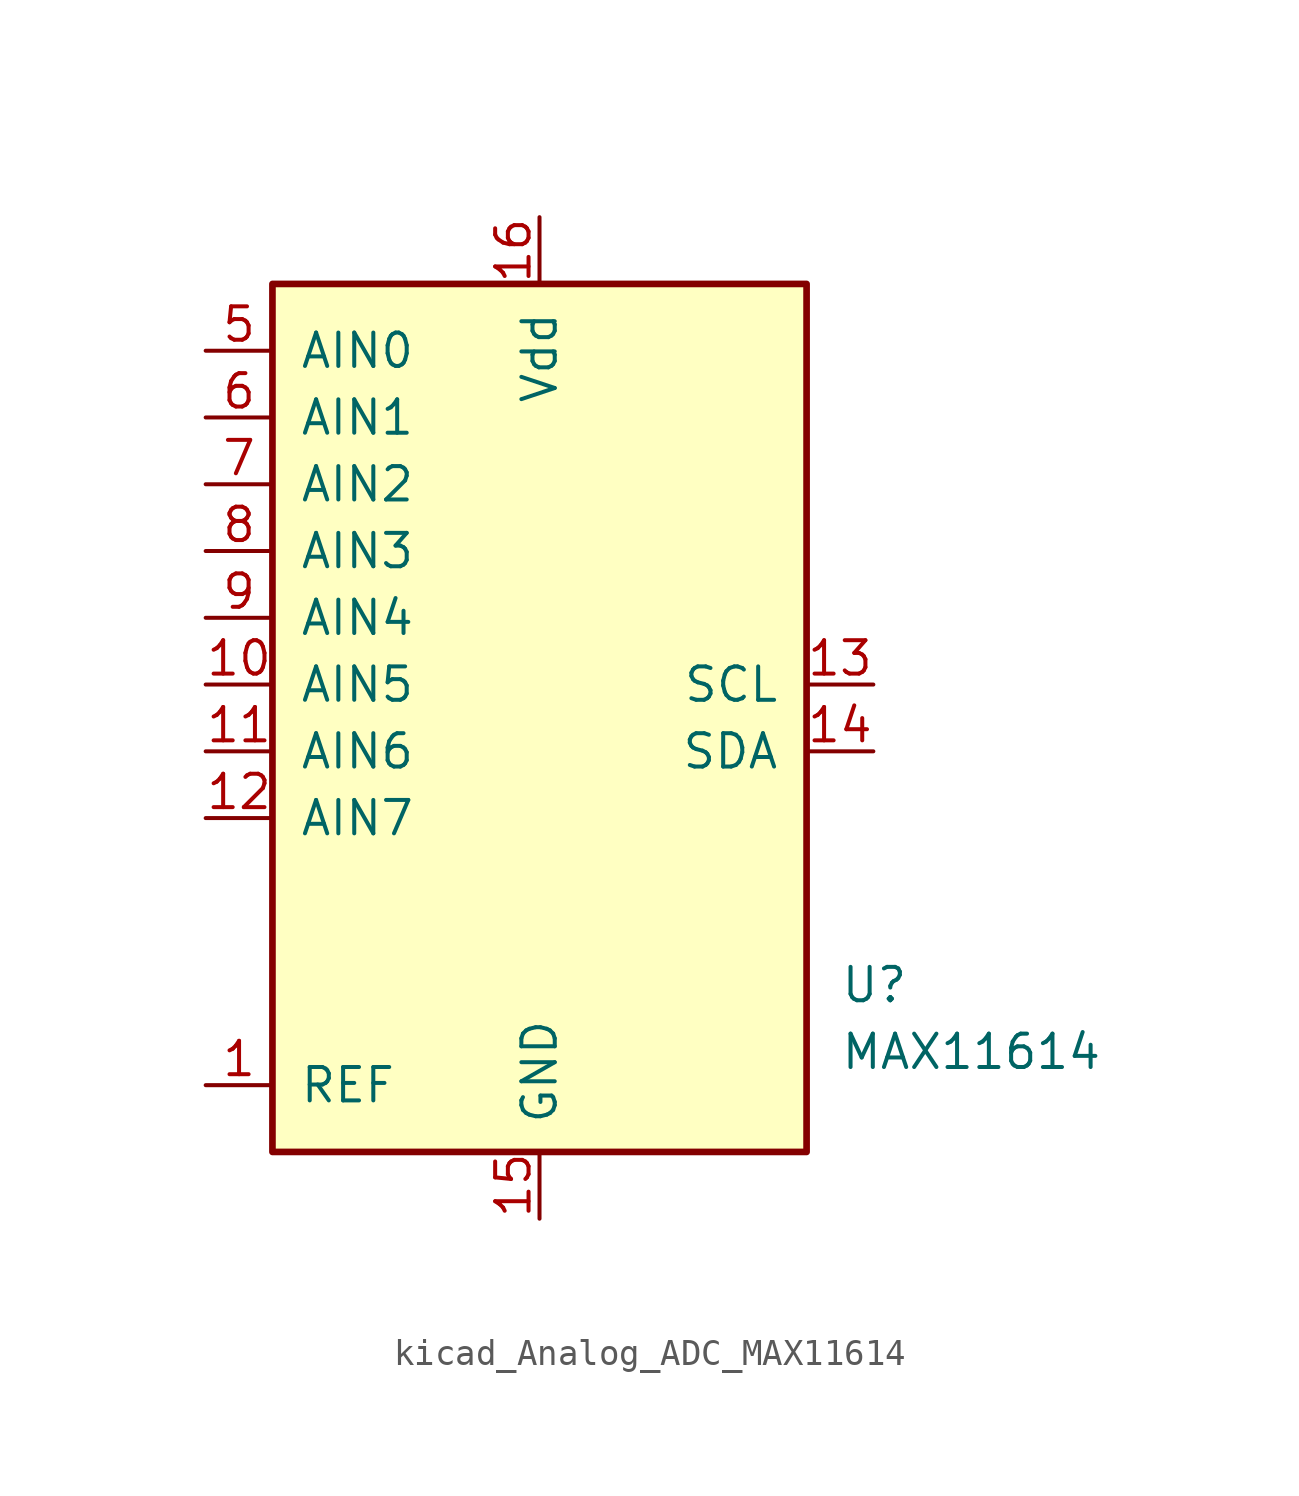
<source format=kicad_sym>
(kicad_symbol_lib
  (version 20220914)
  (generator kicad_symbol_editor)
  (symbol "kicad_Analog_ADC_MAX11614"
    (pin_names
      (offset 1.016))
    (property "Reference" "U"
      (at 11.43 -11.43 0)
      (effects (font (size 1.27 1.27)) (justify left)))
    (property "Value" "MAX11614"
      (at 11.43 -13.97 0)
      (effects (font (size 1.27 1.27)) (justify left)))
    (symbol "kicad_Analog_ADC_MAX11614_0_1"
      (rectangle (start -10.16 15.24) (end 10.16 -17.78) (stroke (width 0.254) (type default)) (fill (type background))))
    (symbol "kicad_Analog_ADC_MAX11614_1_1"
      (pin input line (at -12.7 -15.24 0) (length 2.54) (name "REF" (effects (font (size 1.27 1.27)))) (number "1" (effects (font (size 1.27 1.27)))))
      (pin input line (at -12.7 0 0) (length 2.54) (name "AIN5" (effects (font (size 1.27 1.27)))) (number "10" (effects (font (size 1.27 1.27)))))
      (pin input line (at -12.7 -2.54 0) (length 2.54) (name "AIN6" (effects (font (size 1.27 1.27)))) (number "11" (effects (font (size 1.27 1.27)))))
      (pin input line (at -12.7 -5.08 0) (length 2.54) (name "AIN7" (effects (font (size 1.27 1.27)))) (number "12" (effects (font (size 1.27 1.27)))))
      (pin input line (at 12.7 0 180) (length 2.54) (name "SCL" (effects (font (size 1.27 1.27)))) (number "13" (effects (font (size 1.27 1.27)))))
      (pin bidirectional line (at 12.7 -2.54 180) (length 2.54) (name "SDA" (effects (font (size 1.27 1.27)))) (number "14" (effects (font (size 1.27 1.27)))))
      (pin power_in line (at 0 -20.32 90) (length 2.54) (name "GND" (effects (font (size 1.27 1.27)))) (number "15" (effects (font (size 1.27 1.27)))))
      (pin power_in line (at 0 17.78 270) (length 2.54) (name "Vdd" (effects (font (size 1.27 1.27)))) (number "16" (effects (font (size 1.27 1.27)))))
      (pin no_connect line (at -10.16 -12.7 0) (length 2.54) hide (name "NC" (effects (font (size 1.27 1.27)))) (number "2" (effects (font (size 1.27 1.27)))))
      (pin no_connect line (at -10.16 -10.16 0) (length 2.54) hide (name "NC" (effects (font (size 1.27 1.27)))) (number "3" (effects (font (size 1.27 1.27)))))
      (pin no_connect line (at -10.16 -7.62 0) (length 2.54) hide (name "NC" (effects (font (size 1.27 1.27)))) (number "4" (effects (font (size 1.27 1.27)))))
      (pin input line (at -12.7 12.7 0) (length 2.54) (name "AIN0" (effects (font (size 1.27 1.27)))) (number "5" (effects (font (size 1.27 1.27)))))
      (pin input line (at -12.7 10.16 0) (length 2.54) (name "AIN1" (effects (font (size 1.27 1.27)))) (number "6" (effects (font (size 1.27 1.27)))))
      (pin input line (at -12.7 7.62 0) (length 2.54) (name "AIN2" (effects (font (size 1.27 1.27)))) (number "7" (effects (font (size 1.27 1.27)))))
      (pin input line (at -12.7 5.08 0) (length 2.54) (name "AIN3" (effects (font (size 1.27 1.27)))) (number "8" (effects (font (size 1.27 1.27)))))
      (pin input line (at -12.7 2.54 0) (length 2.54) (name "AIN4" (effects (font (size 1.27 1.27)))) (number "9" (effects (font (size 1.27 1.27))))))))
</source>
